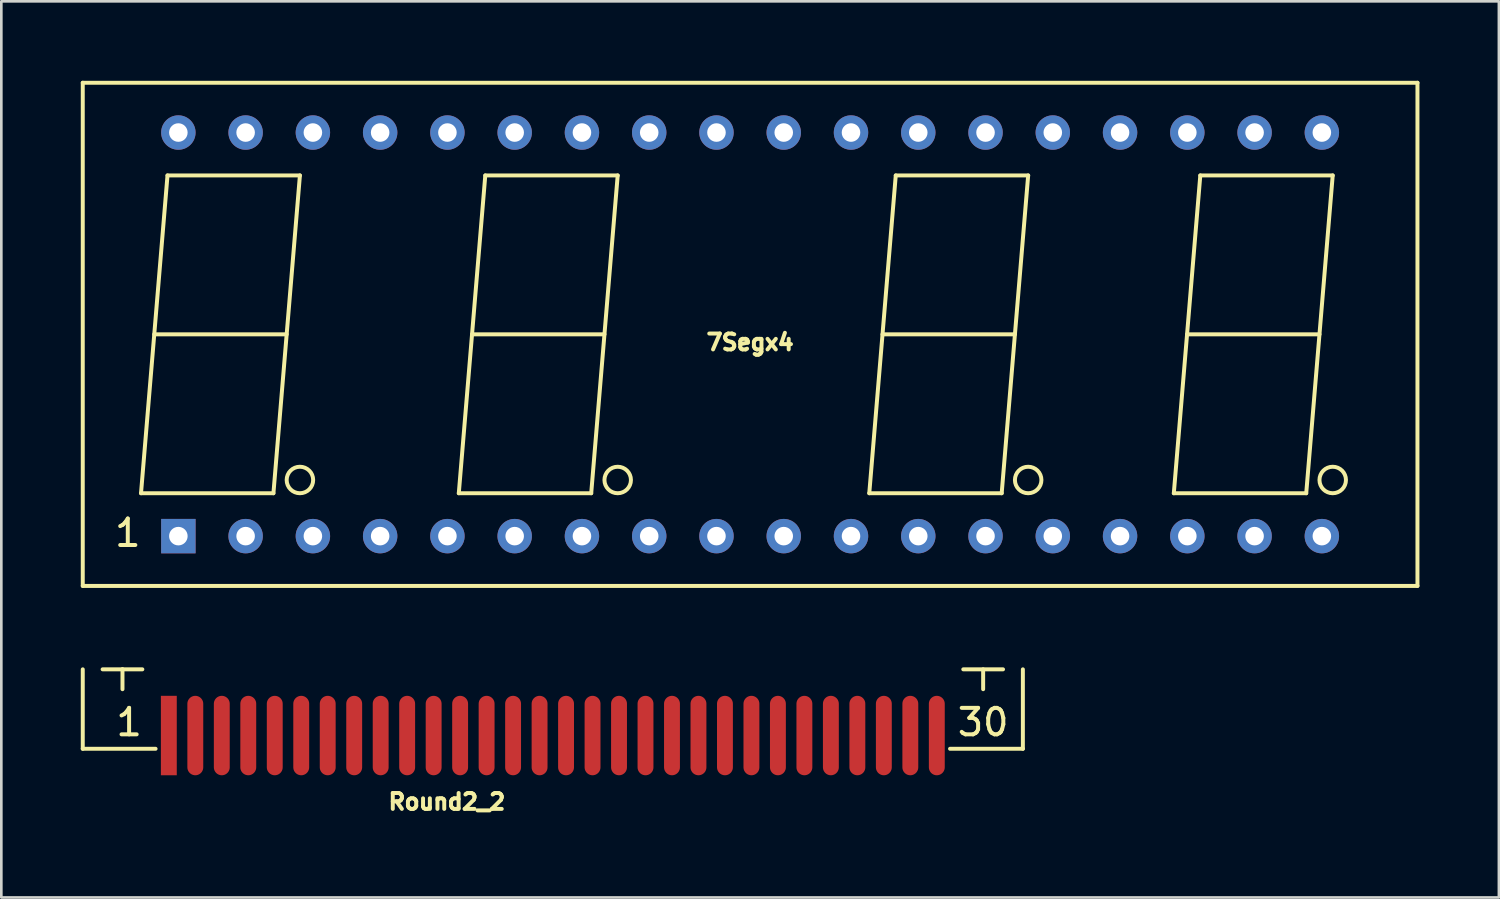
<source format=kicad_pcb>
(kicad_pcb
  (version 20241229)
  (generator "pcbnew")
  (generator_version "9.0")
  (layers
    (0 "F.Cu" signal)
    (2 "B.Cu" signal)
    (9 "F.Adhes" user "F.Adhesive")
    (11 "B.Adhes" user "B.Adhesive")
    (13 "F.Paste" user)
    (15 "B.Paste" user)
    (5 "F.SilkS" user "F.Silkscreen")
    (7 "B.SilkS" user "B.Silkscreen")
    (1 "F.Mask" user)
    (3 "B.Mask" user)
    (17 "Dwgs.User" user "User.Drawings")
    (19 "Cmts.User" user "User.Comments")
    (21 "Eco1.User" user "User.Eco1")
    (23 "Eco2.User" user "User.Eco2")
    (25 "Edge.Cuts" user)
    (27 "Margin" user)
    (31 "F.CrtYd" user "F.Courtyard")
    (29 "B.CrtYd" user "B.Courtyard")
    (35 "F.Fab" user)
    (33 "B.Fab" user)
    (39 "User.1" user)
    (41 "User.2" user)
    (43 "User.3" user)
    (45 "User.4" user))
  (footprint "7Segx4"
    (layer "F.Cu")
    (at 25.275 9.575)
    (property "Reference" "7Segx4" (at 0 0.3 0) (unlocked yes) (layer "F.SilkS") (effects (font (size 0.6 0.6) (thickness 0.15))))
    (attr through_hole)
    (fp_line (start -25.2 -9.5) (end 25.2 -9.5) (stroke (width 0.15) (type solid)) (layer "F.SilkS"))
    (fp_line (start -25.2 9.5) (end -25.2 -9.5) (stroke (width 0.15) (type solid)) (layer "F.SilkS"))
    (fp_line (start -23 6) (end -22 -6) (stroke (width 0.15) (type solid)) (layer "F.SilkS"))
    (fp_line (start -22.5 0) (end -17.5 0) (stroke (width 0.15) (type solid)) (layer "F.SilkS"))
    (fp_line (start -22 -6) (end -17 -6) (stroke (width 0.15) (type solid)) (layer "F.SilkS"))
    (fp_line (start -18 6) (end -23 6) (stroke (width 0.15) (type solid)) (layer "F.SilkS"))
    (fp_line (start -17 -6) (end -18 6) (stroke (width 0.15) (type solid)) (layer "F.SilkS"))
    (fp_line (start -11 6) (end -10 -6) (stroke (width 0.15) (type solid)) (layer "F.SilkS"))
    (fp_line (start -10.5 0) (end -5.5 0) (stroke (width 0.15) (type solid)) (layer "F.SilkS"))
    (fp_line (start -10 -6) (end -5 -6) (stroke (width 0.15) (type solid)) (layer "F.SilkS"))
    (fp_line (start -6 6) (end -11 6) (stroke (width 0.15) (type solid)) (layer "F.SilkS"))
    (fp_line (start -5 -6) (end -6 6) (stroke (width 0.15) (type solid)) (layer "F.SilkS"))
    (fp_line (start 4.5 6) (end 5.5 -6) (stroke (width 0.15) (type solid)) (layer "F.SilkS"))
    (fp_line (start 5 0) (end 10 0) (stroke (width 0.15) (type solid)) (layer "F.SilkS"))
    (fp_line (start 5.5 -6) (end 10.5 -6) (stroke (width 0.15) (type solid)) (layer "F.SilkS"))
    (fp_line (start 9.5 6) (end 4.5 6) (stroke (width 0.15) (type solid)) (layer "F.SilkS"))
    (fp_line (start 10.5 -6) (end 9.5 6) (stroke (width 0.15) (type solid)) (layer "F.SilkS"))
    (fp_line (start 16 6) (end 17 -6) (stroke (width 0.15) (type solid)) (layer "F.SilkS"))
    (fp_line (start 16.5 0) (end 21.5 0) (stroke (width 0.15) (type solid)) (layer "F.SilkS"))
    (fp_line (start 17 -6) (end 22 -6) (stroke (width 0.15) (type solid)) (layer "F.SilkS"))
    (fp_line (start 21 6) (end 16 6) (stroke (width 0.15) (type solid)) (layer "F.SilkS"))
    (fp_line (start 22 -6) (end 21 6) (stroke (width 0.15) (type solid)) (layer "F.SilkS"))
    (fp_line (start 25.2 -9.5) (end 25.2 9.5) (stroke (width 0.15) (type solid)) (layer "F.SilkS"))
    (fp_line (start 25.2 9.5) (end -25.2 9.5) (stroke (width 0.15) (type solid)) (layer "F.SilkS"))
    (fp_circle (center -17 5.5) (end -16.5 5.5) (stroke (width 0.15) (type solid)) (fill no) (layer "F.SilkS"))
    (fp_circle (center -5 5.5) (end -4.5 5.5) (stroke (width 0.15) (type solid)) (fill no) (layer "F.SilkS"))
    (fp_circle (center 10.5 5.5) (end 11 5.5) (stroke (width 0.15) (type solid)) (fill no) (layer "F.SilkS"))
    (fp_circle (center 22 5.5) (end 22.5 5.5) (stroke (width 0.15) (type solid)) (fill no) (layer "F.SilkS"))
    (fp_text user "1" (at -23.5 7.5 0) (unlocked yes) (layer "F.SilkS") (effects (font (size 1 1) (thickness 0.15))))
    (pad "1" thru_hole rect (at -21.59 7.62) (size 1.3 1.3) (drill 0.7) (layers "*.Cu" "*.Mask"))
    (pad "2" thru_hole circle (at -19.05 7.62) (size 1.3 1.3) (drill 0.7) (layers "*.Cu" "*.Mask"))
    (pad "3" thru_hole circle (at -16.51 7.62) (size 1.3 1.3) (drill 0.7) (layers "*.Cu" "*.Mask"))
    (pad "4" thru_hole circle (at -13.97 7.62) (size 1.3 1.3) (drill 0.7) (layers "*.Cu" "*.Mask"))
    (pad "5" thru_hole circle (at -11.43 7.62) (size 1.3 1.3) (drill 0.7) (layers "*.Cu" "*.Mask"))
    (pad "6" thru_hole circle (at -8.89 7.62) (size 1.3 1.3) (drill 0.7) (layers "*.Cu" "*.Mask"))
    (pad "7" thru_hole circle (at -6.35 7.62) (size 1.3 1.3) (drill 0.7) (layers "*.Cu" "*.Mask"))
    (pad "8" thru_hole circle (at -3.81 7.62) (size 1.3 1.3) (drill 0.7) (layers "*.Cu" "*.Mask"))
    (pad "9" thru_hole circle (at -1.27 7.62) (size 1.3 1.3) (drill 0.7) (layers "*.Cu" "*.Mask"))
    (pad "10" thru_hole circle (at 1.27 7.62) (size 1.3 1.3) (drill 0.7) (layers "*.Cu" "*.Mask"))
    (pad "11" thru_hole circle (at 3.81 7.62) (size 1.3 1.3) (drill 0.7) (layers "*.Cu" "*.Mask"))
    (pad "12" thru_hole circle (at 6.35 7.62) (size 1.3 1.3) (drill 0.7) (layers "*.Cu" "*.Mask"))
    (pad "13" thru_hole circle (at 8.89 7.62) (size 1.3 1.3) (drill 0.7) (layers "*.Cu" "*.Mask"))
    (pad "14" thru_hole circle (at 11.43 7.62) (size 1.3 1.3) (drill 0.7) (layers "*.Cu" "*.Mask"))
    (pad "15" thru_hole circle (at 13.97 7.62) (size 1.3 1.3) (drill 0.7) (layers "*.Cu" "*.Mask"))
    (pad "16" thru_hole circle (at 16.51 7.62) (size 1.3 1.3) (drill 0.7) (layers "*.Cu" "*.Mask"))
    (pad "17" thru_hole circle (at 19.05 7.62) (size 1.3 1.3) (drill 0.7) (layers "*.Cu" "*.Mask"))
    (pad "18" thru_hole circle (at 21.59 7.62) (size 1.3 1.3) (drill 0.7) (layers "*.Cu" "*.Mask"))
    (pad "19" thru_hole circle (at 21.59 -7.62) (size 1.3 1.3) (drill 0.7) (layers "*.Cu" "*.Mask"))
    (pad "20" thru_hole circle (at 19.05 -7.62) (size 1.3 1.3) (drill 0.7) (layers "*.Cu" "*.Mask"))
    (pad "21" thru_hole circle (at 16.51 -7.62) (size 1.3 1.3) (drill 0.7) (layers "*.Cu" "*.Mask"))
    (pad "22" thru_hole circle (at 13.97 -7.62) (size 1.3 1.3) (drill 0.7) (layers "*.Cu" "*.Mask"))
    (pad "23" thru_hole circle (at 11.43 -7.62) (size 1.3 1.3) (drill 0.7) (layers "*.Cu" "*.Mask"))
    (pad "24" thru_hole circle (at 8.89 -7.62) (size 1.3 1.3) (drill 0.7) (layers "*.Cu" "*.Mask"))
    (pad "25" thru_hole circle (at 6.35 -7.62) (size 1.3 1.3) (drill 0.7) (layers "*.Cu" "*.Mask"))
    (pad "26" thru_hole circle (at 3.81 -7.62) (size 1.3 1.3) (drill 0.7) (layers "*.Cu" "*.Mask"))
    (pad "27" thru_hole circle (at 1.27 -7.62) (size 1.3 1.3) (drill 0.7) (layers "*.Cu" "*.Mask"))
    (pad "28" thru_hole circle (at -1.27 -7.62) (size 1.3 1.3) (drill 0.7) (layers "*.Cu" "*.Mask"))
    (pad "29" thru_hole circle (at -3.81 -7.62) (size 1.3 1.3) (drill 0.7) (layers "*.Cu" "*.Mask"))
    (pad "30" thru_hole circle (at -6.35 -7.62) (size 1.3 1.3) (drill 0.7) (layers "*.Cu" "*.Mask"))
    (pad "31" thru_hole circle (at -8.89 -7.62) (size 1.3 1.3) (drill 0.7) (layers "*.Cu" "*.Mask"))
    (pad "32" thru_hole circle (at -11.43 -7.62) (size 1.3 1.3) (drill 0.7) (layers "*.Cu" "*.Mask"))
    (pad "33" thru_hole circle (at -13.97 -7.62) (size 1.3 1.3) (drill 0.7) (layers "*.Cu" "*.Mask"))
    (pad "34" thru_hole circle (at -16.51 -7.62) (size 1.3 1.3) (drill 0.7) (layers "*.Cu" "*.Mask"))
    (pad "35" thru_hole circle (at -19.05 -7.62) (size 1.3 1.3) (drill 0.7) (layers "*.Cu" "*.Mask"))
    (pad "36" thru_hole circle (at -21.59 -7.62) (size 1.3 1.3) (drill 0.7) (layers "*.Cu" "*.Mask")))
  (footprint "Round2_2"
    (layer "F.Cu")
    (at 17.825 25.225)
    (property "Reference" "Round2_2" (at -4 2 0) (layer "F.SilkS") (effects (font (size 0.6 0.6) (thickness 0.15))))
    (attr through_hole)
    (fp_line (start -17.75 -3) (end -17.75 0) (stroke (width 0.15) (type solid)) (layer "F.SilkS"))
    (fp_line (start -17.75 0) (end -15 0) (stroke (width 0.15) (type solid)) (layer "F.SilkS"))
    (fp_line (start -17 -3) (end -16.25 -3) (stroke (width 0.15) (type solid)) (layer "F.SilkS"))
    (fp_line (start -16.25 -3) (end -16.25 -2.25) (stroke (width 0.15) (type solid)) (layer "F.SilkS"))
    (fp_line (start -16.25 -3) (end -15.5 -3) (stroke (width 0.15) (type solid)) (layer "F.SilkS"))
    (fp_line (start 15.5 -3) (end 17 -3) (stroke (width 0.15) (type solid)) (layer "F.SilkS"))
    (fp_line (start 16.25 -3) (end 16.25 -2.25) (stroke (width 0.15) (type solid)) (layer "F.SilkS"))
    (fp_line (start 17.75 -3) (end 17.75 0) (stroke (width 0.15) (type solid)) (layer "F.SilkS"))
    (fp_line (start 17.75 0) (end 15 0) (stroke (width 0.15) (type solid)) (layer "F.SilkS"))
    (fp_text user "30" (at 16.25 -1 0) (layer "F.SilkS") (effects (font (size 1 1) (thickness 0.15))))
    (fp_text user "1" (at -16 -1 0) (layer "F.SilkS") (effects (font (size 1 1) (thickness 0.15))))
    (pad "1" smd rect (at -14.5 -0.5) (size 0.6 3) (layers "F.Cu" "F.Mask" "F.Paste"))
    (pad "2" smd oval (at -13.5 -0.5) (size 0.6 3) (layers "F.Cu" "F.Mask" "F.Paste"))
    (pad "3" smd oval (at -12.5 -0.5) (size 0.6 3) (layers "F.Cu" "F.Mask" "F.Paste"))
    (pad "4" smd oval (at -11.5 -0.5) (size 0.6 3) (layers "F.Cu" "F.Mask" "F.Paste"))
    (pad "5" smd oval (at -10.5 -0.5) (size 0.6 3) (layers "F.Cu" "F.Mask" "F.Paste"))
    (pad "6" smd oval (at -9.5 -0.5) (size 0.6 3) (layers "F.Cu" "F.Mask" "F.Paste"))
    (pad "7" smd oval (at -8.5 -0.5) (size 0.6 3) (layers "F.Cu" "F.Mask" "F.Paste"))
    (pad "8" smd oval (at -7.5 -0.5) (size 0.6 3) (layers "F.Cu" "F.Mask" "F.Paste"))
    (pad "9" smd oval (at -6.5 -0.5) (size 0.6 3) (layers "F.Cu" "F.Mask" "F.Paste"))
    (pad "10" smd oval (at -5.5 -0.5) (size 0.6 3) (layers "F.Cu" "F.Mask" "F.Paste"))
    (pad "11" smd oval (at -4.5 -0.5) (size 0.6 3) (layers "F.Cu" "F.Mask" "F.Paste"))
    (pad "12" smd oval (at -3.5 -0.5) (size 0.6 3) (layers "F.Cu" "F.Mask" "F.Paste"))
    (pad "13" smd oval (at -2.5 -0.5) (size 0.6 3) (layers "F.Cu" "F.Mask" "F.Paste"))
    (pad "14" smd oval (at -1.5 -0.5) (size 0.6 3) (layers "F.Cu" "F.Mask" "F.Paste"))
    (pad "15" smd oval (at -0.5 -0.5) (size 0.6 3) (layers "F.Cu" "F.Mask" "F.Paste"))
    (pad "16" smd oval (at 0.5 -0.5) (size 0.6 3) (layers "F.Cu" "F.Mask" "F.Paste"))
    (pad "17" smd oval (at 1.5 -0.5) (size 0.6 3) (layers "F.Cu" "F.Mask" "F.Paste"))
    (pad "18" smd oval (at 2.5 -0.5) (size 0.6 3) (layers "F.Cu" "F.Mask" "F.Paste"))
    (pad "19" smd oval (at 3.5 -0.5) (size 0.6 3) (layers "F.Cu" "F.Mask" "F.Paste"))
    (pad "20" smd oval (at 4.5 -0.5) (size 0.6 3) (layers "F.Cu" "F.Mask" "F.Paste"))
    (pad "21" smd oval (at 5.5 -0.5) (size 0.6 3) (layers "F.Cu" "F.Mask" "F.Paste"))
    (pad "22" smd oval (at 6.5 -0.5) (size 0.6 3) (layers "F.Cu" "F.Mask" "F.Paste"))
    (pad "23" smd oval (at 7.5 -0.5) (size 0.6 3) (layers "F.Cu" "F.Mask" "F.Paste"))
    (pad "24" smd oval (at 8.5 -0.5) (size 0.6 3) (layers "F.Cu" "F.Mask" "F.Paste"))
    (pad "25" smd oval (at 9.5 -0.5) (size 0.6 3) (layers "F.Cu" "F.Mask" "F.Paste"))
    (pad "26" smd oval (at 10.5 -0.5) (size 0.6 3) (layers "F.Cu" "F.Mask" "F.Paste"))
    (pad "27" smd oval (at 11.5 -0.5) (size 0.6 3) (layers "F.Cu" "F.Mask" "F.Paste"))
    (pad "28" smd oval (at 12.5 -0.5) (size 0.6 3) (layers "F.Cu" "F.Mask" "F.Paste"))
    (pad "29" smd oval (at 13.5 -0.5) (size 0.6 3) (layers "F.Cu" "F.Mask" "F.Paste"))
    (pad "30" smd oval (at 14.5 -0.5) (size 0.6 3) (layers "F.Cu" "F.Mask" "F.Paste")))
  (gr_rect
    (start -3 -3)
    (end 53.55 30.839)
    (stroke (width 0.1) (type default))
    (fill no)
    (layer "Edge.Cuts")))
</source>
